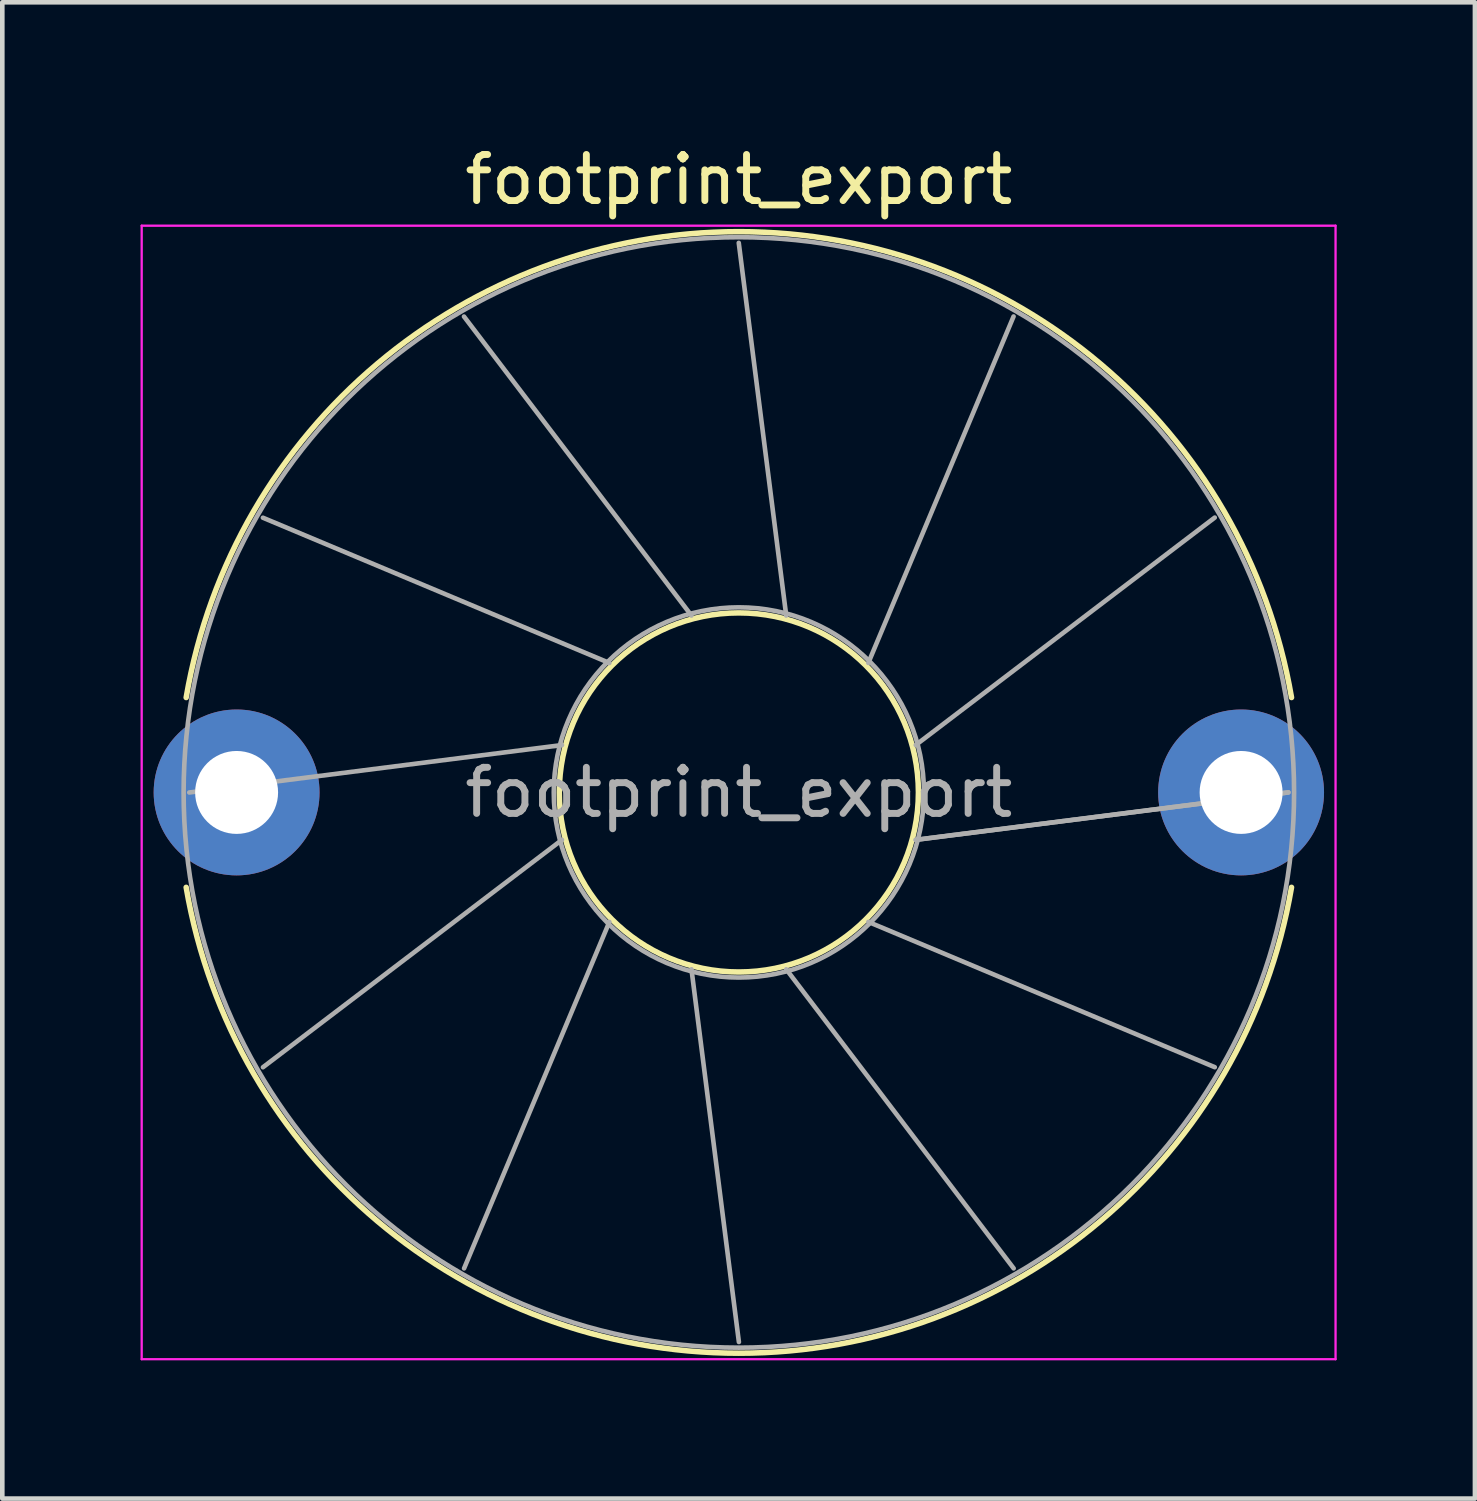
<source format=kicad_pcb>
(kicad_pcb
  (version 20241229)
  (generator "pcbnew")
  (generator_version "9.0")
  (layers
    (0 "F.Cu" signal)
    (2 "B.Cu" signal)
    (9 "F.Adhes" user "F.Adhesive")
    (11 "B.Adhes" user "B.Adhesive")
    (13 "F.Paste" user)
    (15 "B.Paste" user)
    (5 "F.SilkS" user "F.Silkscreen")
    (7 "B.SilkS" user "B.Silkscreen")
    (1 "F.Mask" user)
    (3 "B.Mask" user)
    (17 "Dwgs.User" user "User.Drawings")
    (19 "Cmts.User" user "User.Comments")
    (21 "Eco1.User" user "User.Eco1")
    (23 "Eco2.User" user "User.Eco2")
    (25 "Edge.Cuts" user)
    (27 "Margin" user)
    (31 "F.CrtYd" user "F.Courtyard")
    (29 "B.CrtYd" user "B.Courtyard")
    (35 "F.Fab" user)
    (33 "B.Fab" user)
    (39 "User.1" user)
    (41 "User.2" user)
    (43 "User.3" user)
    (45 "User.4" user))
  (footprint "footprint_export"
    (layer "F.Cu")
    (at 2.085 14.148)
    (property "Reference" "footprint_export" (at 10.9 -13.3 0) (layer "F.SilkS") (effects (font (size 1 1) (thickness 0.15))))
    (attr through_hole)
    (fp_arc (start -1.094386 -2.06) (mid 10.9 -12.17) (end 22.894386 -2.06) (stroke (width 0.12) (type solid)) (layer "F.SilkS"))
    (fp_arc (start 22.894386 2.06) (mid 10.9 12.17) (end -1.094386 2.06) (stroke (width 0.12) (type solid)) (layer "F.SilkS"))
    (fp_circle (center 10.9 0) (end 14.797 0) (stroke (width 0.12) (type solid)) (fill no) (layer "F.SilkS"))
    (fp_line (start -2.06 -12.3) (end -2.06 12.3) (stroke (width 0.05) (type solid)) (layer "F.CrtYd"))
    (fp_line (start -2.06 12.3) (end 23.85 12.3) (stroke (width 0.05) (type solid)) (layer "F.CrtYd"))
    (fp_line (start 23.85 -12.3) (end -2.06 -12.3) (stroke (width 0.05) (type solid)) (layer "F.CrtYd"))
    (fp_line (start 23.85 12.3) (end 23.85 -12.3) (stroke (width 0.05) (type solid)) (layer "F.CrtYd"))
    (fp_line (start -1.027 0.001) (end 7.061 -1.028) (stroke (width 0.1) (type solid)) (layer "F.Fab"))
    (fp_line (start 0.571 -5.962) (end 8.089 -2.81) (stroke (width 0.1) (type solid)) (layer "F.Fab"))
    (fp_line (start 0.572 5.964) (end 7.061 1.029) (stroke (width 0.1) (type solid)) (layer "F.Fab"))
    (fp_line (start 4.935 -10.328) (end 9.871 -3.839) (stroke (width 0.1) (type solid)) (layer "F.Fab"))
    (fp_line (start 4.937 10.329) (end 8.09 2.811) (stroke (width 0.1) (type solid)) (layer "F.Fab"))
    (fp_line (start 10.898 -11.927) (end 11.928 -3.839) (stroke (width 0.1) (type solid)) (layer "F.Fab"))
    (fp_line (start 10.901 11.927) (end 9.872 3.839) (stroke (width 0.1) (type solid)) (layer "F.Fab"))
    (fp_line (start 16.862 -10.33) (end 13.71 -2.811) (stroke (width 0.1) (type solid)) (layer "F.Fab"))
    (fp_line (start 16.864 10.329) (end 11.929 3.839) (stroke (width 0.1) (type solid)) (layer "F.Fab"))
    (fp_line (start 21.228 -5.965) (end 14.739 -1.029) (stroke (width 0.1) (type solid)) (layer "F.Fab"))
    (fp_line (start 21.229 5.963) (end 13.711 2.81) (stroke (width 0.1) (type solid)) (layer "F.Fab"))
    (fp_line (start 22.827 -0.002) (end 14.739 1.028) (stroke (width 0.1) (type solid)) (layer "F.Fab"))
    (fp_line (start 22.827 0) (end 14.739 1.029) (stroke (width 0.1) (type solid)) (layer "F.Fab"))
    (fp_circle (center 10.9 0) (end 14.917 0) (stroke (width 0.1) (type solid)) (fill no) (layer "F.Fab"))
    (fp_circle (center 10.9 0) (end 22.95 0) (stroke (width 0.1) (type solid)) (fill no) (layer "F.Fab"))
    (fp_text user "${REFERENCE}" (at 10.9 0 0) (layer "F.Fab") (effects (font (size 1 1) (thickness 0.15))))
    (pad "1" thru_hole circle (at 0 0) (size 3.6 3.6) (drill 1.8) (layers "*.Cu" "*.Mask"))
    (pad "2" thru_hole circle (at 21.8 0) (size 3.6 3.6) (drill 1.8) (layers "*.Cu" "*.Mask")))
  (gr_rect
    (start -3 -3)
    (end 28.96 29.473)
    (stroke (width 0.1) (type default))
    (fill no)
    (layer "Edge.Cuts")))
</source>
